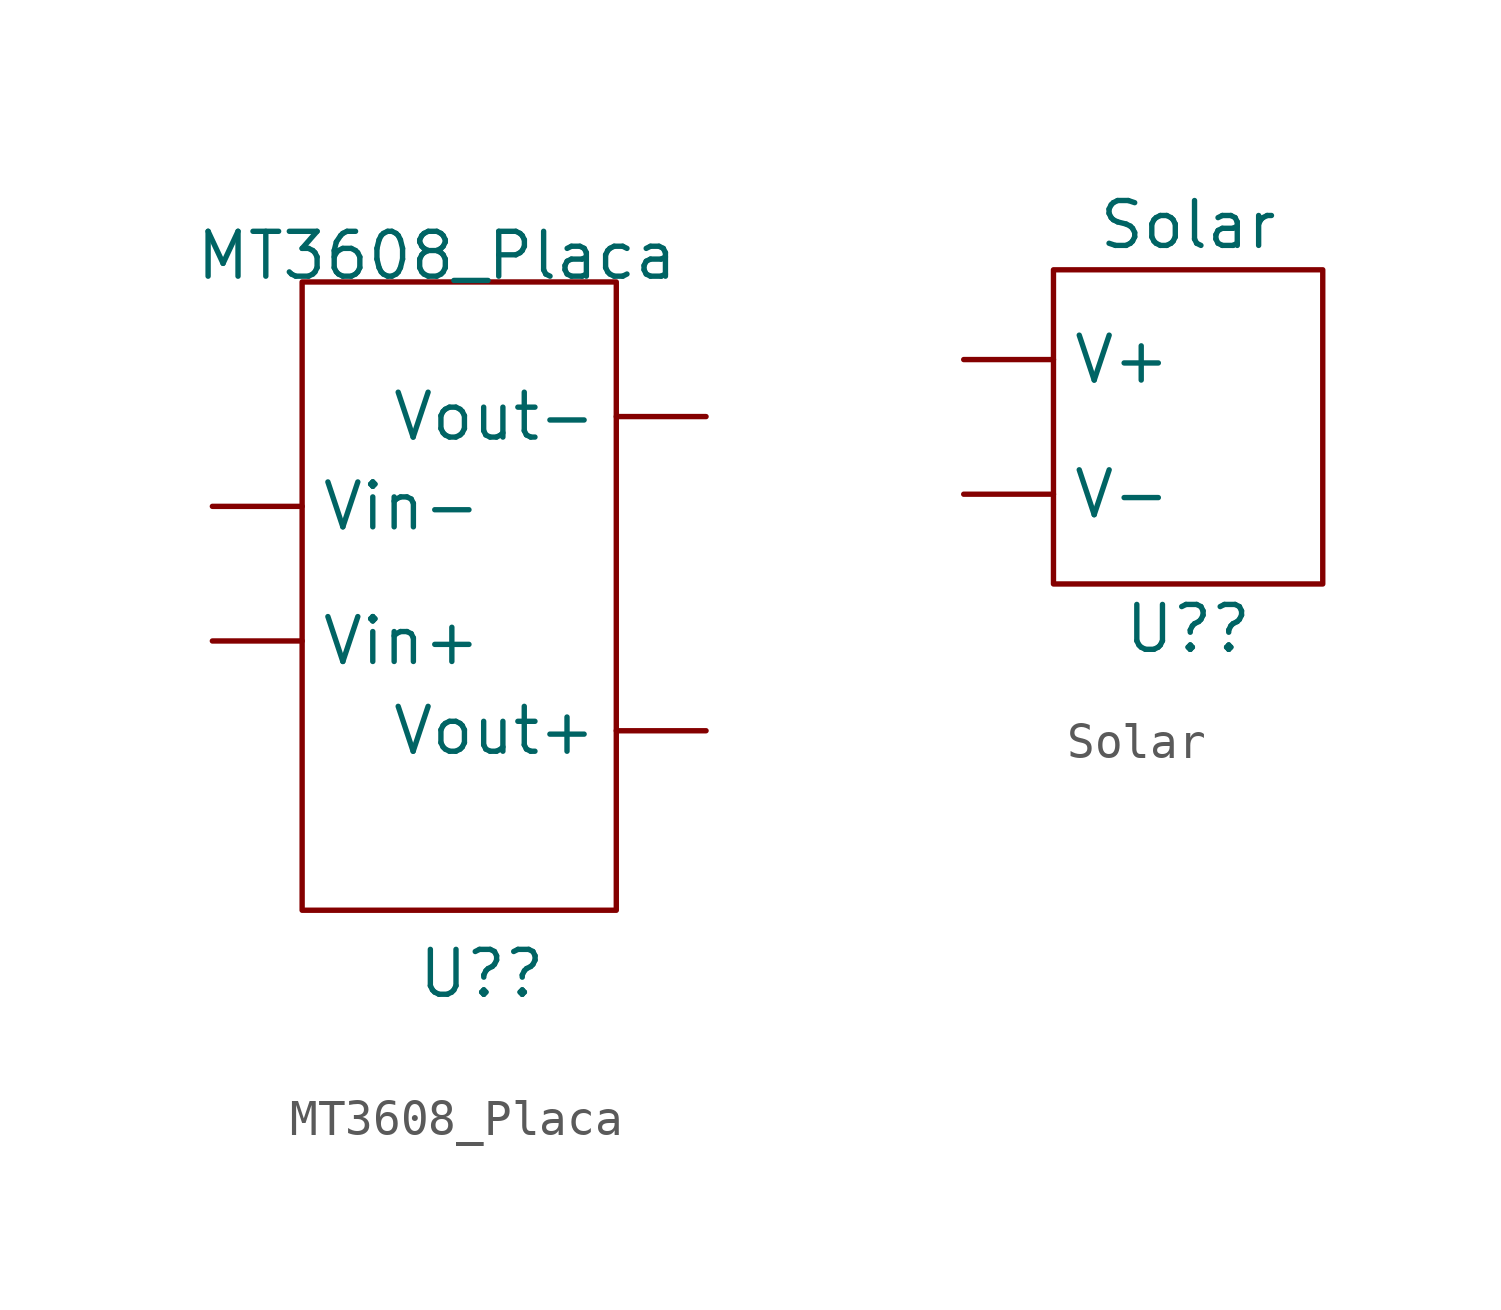
<source format=kicad_sym>
(kicad_symbol_lib
  (version 20211014)
  (generator kicad_symbol_editor)
  (symbol "MT3608_Placa"
    (property "Reference" "U?"
      (at 1.27 -24.13 0)
      (effects (font (size 1.27 1.27)) (justify bottom)))
    (property "Value" "MT3608_Placa"
      (at 0 -3.81 0)
      (effects (font (size 1.27 1.27)) (justify bottom)))
    (symbol "MT3608_Placa_0_1"
      (rectangle (start -3.81 -3.81) (end 5.08 -21.59) (stroke (width 0) (type default) (color 0 0 0 0)) (fill (type none))))
    (symbol "MT3608_Placa_1_1"
      (pin input line (at -6.35 -13.97 0) (length 2.54) (name "Vin+" (effects (font (size 1.27 1.27)))) (number "" (effects (font (size 1.27 1.27)))))
      (pin input line (at -6.35 -10.16 0) (length 2.54) (name "Vin-" (effects (font (size 1.27 1.27)))) (number "" (effects (font (size 1.27 1.27)))))
      (pin input line (at 7.62 -16.51 180) (length 2.54) (name "Vout+" (effects (font (size 1.27 1.27)))) (number "" (effects (font (size 1.27 1.27)))))
      (pin input line (at 7.62 -7.62 180) (length 2.54) (name "Vout-" (effects (font (size 1.27 1.27)))) (number "" (effects (font (size 1.27 1.27)))))))
  (symbol "Solar"
    (property "Reference" "U?"
      (at 2.54 -11.43 0)
      (effects (font (size 1.27 1.27))))
    (property "Value" "Solar"
      (at 2.54 0 0)
      (effects (font (size 1.27 1.27))))
    (symbol "Solar_0_1"
      (rectangle (start -1.27 -1.27) (end 6.35 -10.16) (stroke (width 0) (type default) (color 0 0 0 0)) (fill (type none))))
    (symbol "Solar_1_1"
      (pin input line (at -3.81 -3.81 0) (length 2.54) (name "V+" (effects (font (size 1.27 1.27)))) (number "" (effects (font (size 1.27 1.27)))))
      (pin input line (at -3.81 -7.62 0) (length 2.54) (name "V-" (effects (font (size 1.27 1.27)))) (number "" (effects (font (size 1.27 1.27))))))))
</source>
